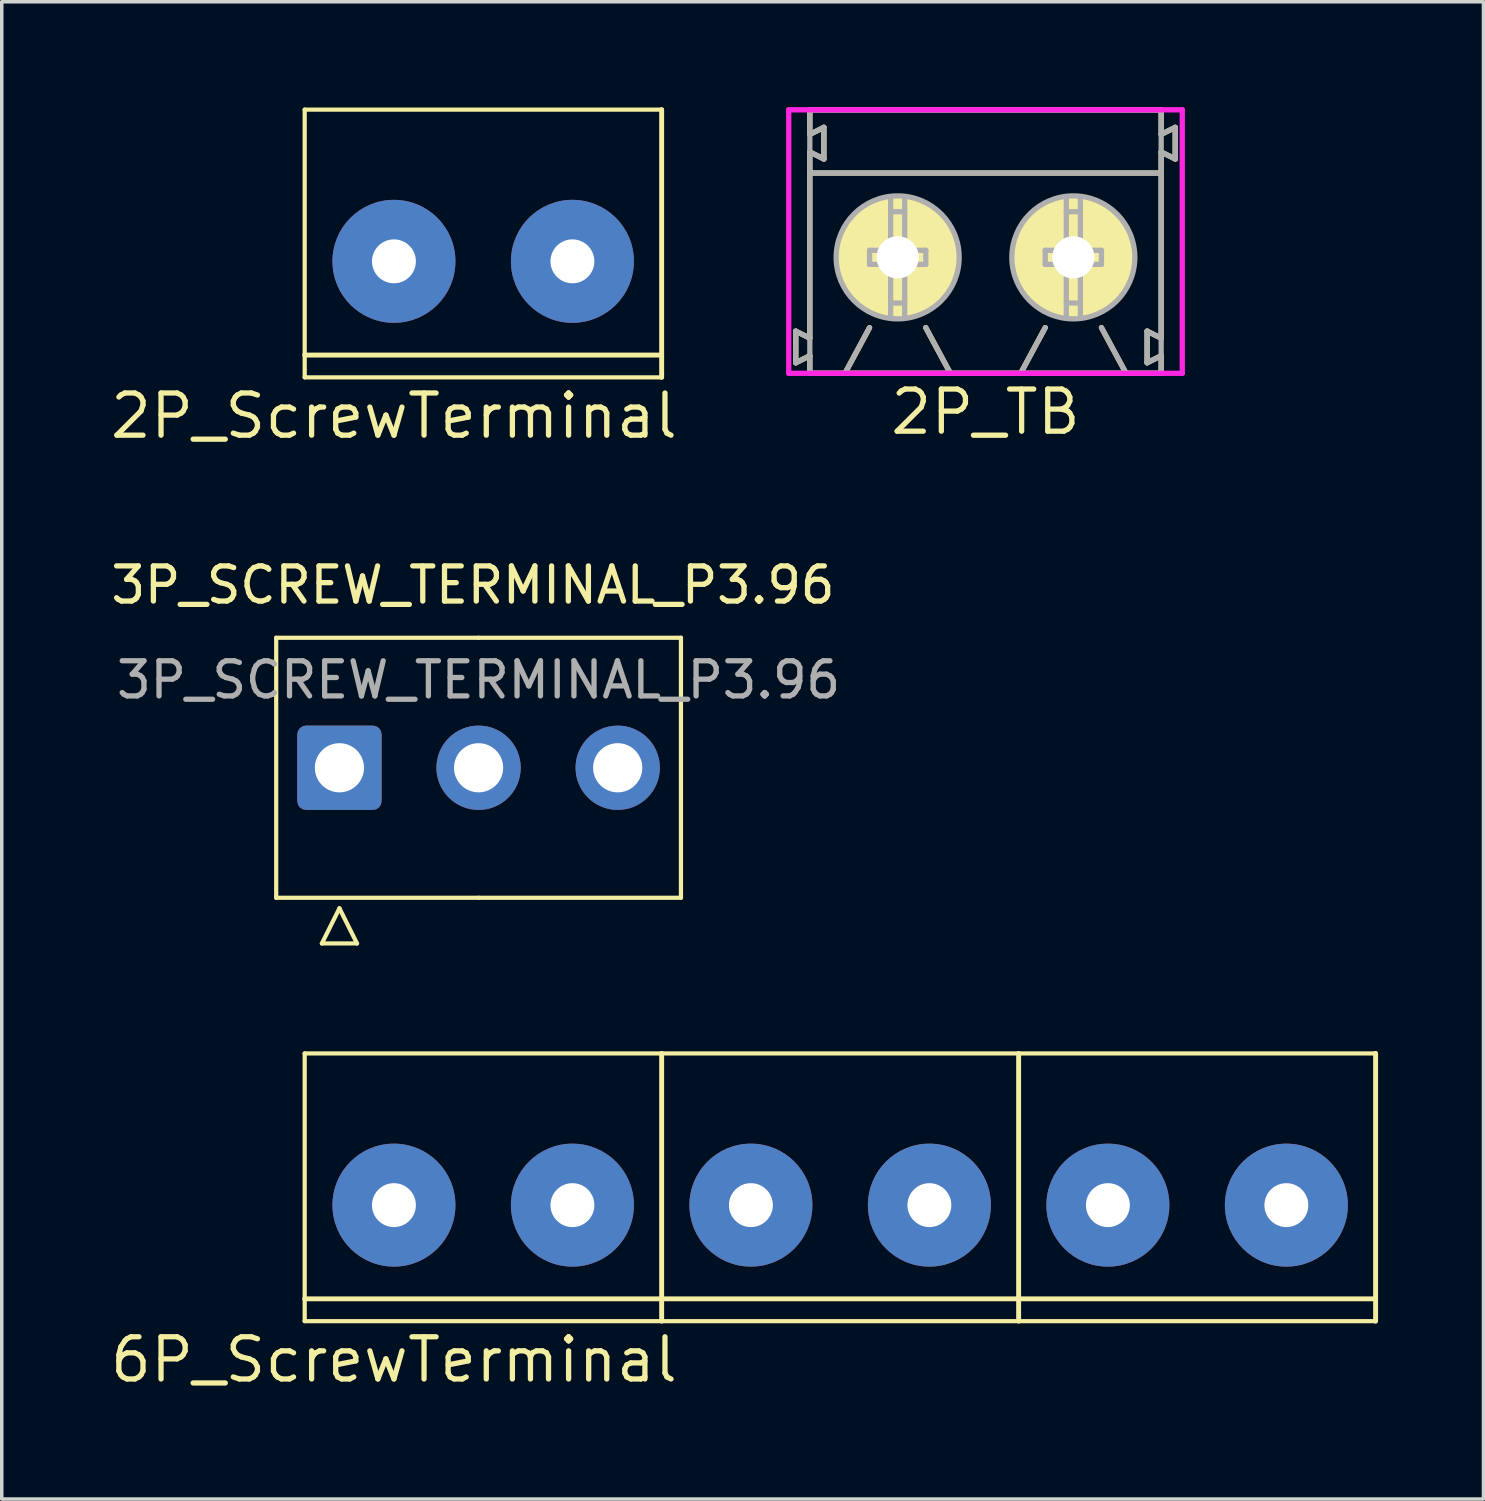
<source format=kicad_pcb>
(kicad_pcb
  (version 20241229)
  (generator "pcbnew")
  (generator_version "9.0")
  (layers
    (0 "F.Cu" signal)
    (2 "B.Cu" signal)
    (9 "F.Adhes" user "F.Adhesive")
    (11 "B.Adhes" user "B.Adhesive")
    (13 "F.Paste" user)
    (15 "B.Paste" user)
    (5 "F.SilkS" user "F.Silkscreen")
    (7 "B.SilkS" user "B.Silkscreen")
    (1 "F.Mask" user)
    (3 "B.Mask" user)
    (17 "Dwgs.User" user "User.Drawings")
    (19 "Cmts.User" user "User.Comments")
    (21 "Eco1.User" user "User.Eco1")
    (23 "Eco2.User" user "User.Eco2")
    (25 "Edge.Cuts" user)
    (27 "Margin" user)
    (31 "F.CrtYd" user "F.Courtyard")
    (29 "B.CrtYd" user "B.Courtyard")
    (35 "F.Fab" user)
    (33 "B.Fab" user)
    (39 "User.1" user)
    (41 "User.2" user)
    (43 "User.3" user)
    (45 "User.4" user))
  (footprint "2P_ScrewTerminal"
    (layer "F.Cu")
    (at 8.162 4.388)
    (property "Reference" "2P_ScrewTerminal" (at 0 4.4 0) (layer "F.SilkS") (effects (font (size 1.2 1.2) (thickness 0.15))))
    (attr through_hole)
    (fp_line (start -2.54 -4.318) (end -2.54 3.302) (stroke (width 0.12) (type solid)) (layer "F.SilkS"))
    (fp_line (start -2.54 -4.318) (end 7.62 -4.318) (stroke (width 0.12) (type solid)) (layer "F.SilkS"))
    (fp_line (start -2.54 2.667) (end 7.62 2.667) (stroke (width 0.14) (type solid)) (layer "F.SilkS"))
    (fp_line (start -2.54 3.302) (end 7.62 3.302) (stroke (width 0.12) (type solid)) (layer "F.SilkS"))
    (fp_line (start 7.62 -4.318) (end 7.62 3.302) (stroke (width 0.14) (type solid)) (layer "F.SilkS"))
    (pad "1" thru_hole circle (at 0 0) (size 3.5 3.5) (drill 1.25) (layers "*.Cu" "*.Mask"))
    (pad "2" thru_hole circle (at 5.08 0) (size 3.5 3.5) (drill 1.25) (layers "*.Cu" "*.Mask")))
  (footprint "3P_SCREW_TERMINAL_P3.96"
    (layer "F.Cu")
    (at 6.611 18.802)
    (property "Reference" "3P_SCREW_TERMINAL_P3.96" (at 3.8 -5.2 0) (layer "F.SilkS") (effects (font (size 1 1) (thickness 0.15))))
    (attr through_hole)
    (fp_line (start -1.8 -3.7) (end -1.8 3.7) (stroke (width 0.12) (type solid)) (layer "F.SilkS"))
    (fp_line (start -1.8 3.7) (end 3.96 3.7) (stroke (width 0.12) (type solid)) (layer "F.SilkS"))
    (fp_line (start -0.5 5) (end 0 4) (stroke (width 0.12) (type solid)) (layer "F.SilkS"))
    (fp_line (start 0 4) (end 0.5 5) (stroke (width 0.12) (type solid)) (layer "F.SilkS"))
    (fp_line (start 0.5 5) (end -0.5 5) (stroke (width 0.12) (type solid)) (layer "F.SilkS"))
    (fp_line (start 3.96 -3.7) (end -1.8 -3.7) (stroke (width 0.12) (type solid)) (layer "F.SilkS"))
    (fp_line (start 3.96 -3.7) (end 9.72 -3.7) (stroke (width 0.12) (type solid)) (layer "F.SilkS"))
    (fp_line (start 9.72 -3.7) (end 9.72 3.7) (stroke (width 0.12) (type solid)) (layer "F.SilkS"))
    (fp_line (start 9.72 3.7) (end 3.96 3.7) (stroke (width 0.12) (type solid)) (layer "F.SilkS"))
    (fp_text user "${REFERENCE}" (at 3.96 -2.5 0) (layer "F.Fab") (effects (font (size 1 1) (thickness 0.15))))
    (pad "1" thru_hole roundrect (at 0 0) (size 2.4 2.4) (drill 1.4) (layers "*.Cu" "*.Mask") (roundrect_rratio 0.104))
    (pad "2" thru_hole circle (at 3.96 0) (size 2.4 2.4) (drill 1.4) (layers "*.Cu" "*.Mask"))
    (pad "3" thru_hole circle (at 7.92 0) (size 2.4 2.4) (drill 1.4) (layers "*.Cu" "*.Mask")))
  (footprint "2P_TB"
    (layer "F.Cu")
    (at 24.999 4.275)
    (property "Reference" "2P_TB" (at 0 4.4 0) (layer "F.SilkS") (effects (font (size 1.2 1.2) (thickness 0.15))))
    (attr through_hole)
    (fp_line (start -5.4 2.1) (end -5.4 3) (stroke (width 0.15) (type solid)) (layer "F.SilkS"))
    (fp_line (start -5.4 3) (end -5 2.8) (stroke (width 0.15) (type solid)) (layer "F.SilkS"))
    (fp_line (start -5 -4.2) (end 5 -4.2) (stroke (width 0.15) (type solid)) (layer "F.SilkS"))
    (fp_line (start -5 -3.5) (end -5 -4.2) (stroke (width 0.15) (type solid)) (layer "F.SilkS"))
    (fp_line (start -5 -3) (end -4.6 -2.8) (stroke (width 0.15) (type solid)) (layer "F.SilkS"))
    (fp_line (start -5 -2.4) (end 5 -2.4) (stroke (width 0.15) (type solid)) (layer "F.SilkS"))
    (fp_line (start -5 2.3) (end -5.4 2.1) (stroke (width 0.15) (type solid)) (layer "F.SilkS"))
    (fp_line (start -5 2.3) (end -5 -3) (stroke (width 0.15) (type solid)) (layer "F.SilkS"))
    (fp_line (start -5 2.8) (end -5 3.3) (stroke (width 0.15) (type solid)) (layer "F.SilkS"))
    (fp_line (start -5 3.3) (end 5 3.3) (stroke (width 0.15) (type solid)) (layer "F.SilkS"))
    (fp_line (start -4.6 -3.7) (end -5 -3.5) (stroke (width 0.15) (type solid)) (layer "F.SilkS"))
    (fp_line (start -4.6 -2.8) (end -4.6 -3.7) (stroke (width 0.15) (type solid)) (layer "F.SilkS"))
    (fp_line (start -4 3.3) (end -3.3 2) (stroke (width 0.15) (type solid)) (layer "F.SilkS"))
    (fp_line (start -1.7 2) (end -1 3.3) (stroke (width 0.15) (type solid)) (layer "F.SilkS"))
    (fp_line (start 1 3.3) (end 1.7 2) (stroke (width 0.15) (type solid)) (layer "F.SilkS"))
    (fp_line (start 3.3 2) (end 4 3.3) (stroke (width 0.15) (type solid)) (layer "F.SilkS"))
    (fp_line (start 4.6 2.1) (end 4.6 3) (stroke (width 0.15) (type solid)) (layer "F.SilkS"))
    (fp_line (start 4.6 3) (end 5 2.8) (stroke (width 0.15) (type solid)) (layer "F.SilkS"))
    (fp_line (start 5 -4.2) (end 5 -3.5) (stroke (width 0.15) (type solid)) (layer "F.SilkS"))
    (fp_line (start 5 -3.5) (end 5.4 -3.7) (stroke (width 0.15) (type solid)) (layer "F.SilkS"))
    (fp_line (start 5 -3) (end 5 2.3) (stroke (width 0.15) (type solid)) (layer "F.SilkS"))
    (fp_line (start 5 2.3) (end 4.6 2.1) (stroke (width 0.15) (type solid)) (layer "F.SilkS"))
    (fp_line (start 5 2.8) (end 5 3.3) (stroke (width 0.15) (type solid)) (layer "F.SilkS"))
    (fp_line (start 5.4 -3.7) (end 5.4 -2.9) (stroke (width 0.15) (type solid)) (layer "F.SilkS"))
    (fp_line (start 5.4 -2.9) (end 5.4 -2.8) (stroke (width 0.15) (type solid)) (layer "F.SilkS"))
    (fp_line (start 5.4 -2.8) (end 5 -3) (stroke (width 0.15) (type solid)) (layer "F.SilkS"))
    (fp_line (start -5.6 -4.2) (end -5.6 3.3) (stroke (width 0.15) (type solid)) (layer "F.CrtYd"))
    (fp_line (start -5.6 3.3) (end 5.6 3.3) (stroke (width 0.15) (type solid)) (layer "F.CrtYd"))
    (fp_line (start 5.6 -4.2) (end -5.6 -4.2) (stroke (width 0.15) (type solid)) (layer "F.CrtYd"))
    (fp_line (start 5.6 3.3) (end 5.6 -4.2) (stroke (width 0.15) (type solid)) (layer "F.CrtYd"))
    (fp_line (start -5.4 2.1) (end -5.4 3) (stroke (width 0.15) (type solid)) (layer "F.Fab"))
    (fp_line (start -5.4 3) (end -5 2.8) (stroke (width 0.15) (type solid)) (layer "F.Fab"))
    (fp_line (start -5 -4.2) (end 5 -4.2) (stroke (width 0.15) (type solid)) (layer "F.Fab"))
    (fp_line (start -5 -3) (end -4.6 -2.8) (stroke (width 0.15) (type solid)) (layer "F.Fab"))
    (fp_line (start -5 2.3) (end -5.4 2.1) (stroke (width 0.15) (type solid)) (layer "F.Fab"))
    (fp_line (start -5 3.3) (end -5 -4.2) (stroke (width 0.15) (type solid)) (layer "F.Fab"))
    (fp_line (start -4.6 -3.7) (end -5 -3.5) (stroke (width 0.15) (type solid)) (layer "F.Fab"))
    (fp_line (start -4.6 -2.8) (end -4.6 -3.7) (stroke (width 0.15) (type solid)) (layer "F.Fab"))
    (fp_line (start -4 3.3) (end -3.3 2) (stroke (width 0.15) (type solid)) (layer "F.Fab"))
    (fp_line (start -3.3 -0.2) (end -3.3 0.2) (stroke (width 0.15) (type solid)) (layer "F.Fab"))
    (fp_line (start -3.3 0.2) (end -2.7 0.2) (stroke (width 0.15) (type solid)) (layer "F.Fab"))
    (fp_line (start -2.7 -1.7) (end -2.7 -0.2) (stroke (width 0.15) (type solid)) (layer "F.Fab"))
    (fp_line (start -2.7 -0.2) (end -3.3 -0.2) (stroke (width 0.15) (type solid)) (layer "F.Fab"))
    (fp_line (start -2.7 0.2) (end -2.7 1.7) (stroke (width 0.15) (type solid)) (layer "F.Fab"))
    (fp_line (start -2.3 -1.3) (end -2.7 -1.3) (stroke (width 0.15) (type solid)) (layer "F.Fab"))
    (fp_line (start -2.3 -0.2) (end -2.3 -1.7) (stroke (width 0.15) (type solid)) (layer "F.Fab"))
    (fp_line (start -2.3 0.2) (end -1.7 0.2) (stroke (width 0.15) (type solid)) (layer "F.Fab"))
    (fp_line (start -2.3 1.3) (end -2.7 1.3) (stroke (width 0.15) (type solid)) (layer "F.Fab"))
    (fp_line (start -2.3 1.7) (end -2.3 0.2) (stroke (width 0.15) (type solid)) (layer "F.Fab"))
    (fp_line (start -1.7 -0.2) (end -2.3 -0.2) (stroke (width 0.15) (type solid)) (layer "F.Fab"))
    (fp_line (start -1.7 -0.2) (end -1.7 0.2) (stroke (width 0.15) (type solid)) (layer "F.Fab"))
    (fp_line (start -1.7 2) (end -1 3.3) (stroke (width 0.15) (type solid)) (layer "F.Fab"))
    (fp_line (start 1 3.3) (end 1.7 2) (stroke (width 0.15) (type solid)) (layer "F.Fab"))
    (fp_line (start 1.7 -0.2) (end 1.7 0.2) (stroke (width 0.15) (type solid)) (layer "F.Fab"))
    (fp_line (start 1.7 0.2) (end 2.3 0.2) (stroke (width 0.15) (type solid)) (layer "F.Fab"))
    (fp_line (start 2.3 -1.7) (end 2.3 -0.2) (stroke (width 0.15) (type solid)) (layer "F.Fab"))
    (fp_line (start 2.3 -0.2) (end 1.7 -0.2) (stroke (width 0.15) (type solid)) (layer "F.Fab"))
    (fp_line (start 2.3 0.2) (end 2.3 1.7) (stroke (width 0.15) (type solid)) (layer "F.Fab"))
    (fp_line (start 2.7 -1.3) (end 2.3 -1.3) (stroke (width 0.15) (type solid)) (layer "F.Fab"))
    (fp_line (start 2.7 -0.2) (end 2.7 -1.7) (stroke (width 0.15) (type solid)) (layer "F.Fab"))
    (fp_line (start 2.7 0.2) (end 3.3 0.2) (stroke (width 0.15) (type solid)) (layer "F.Fab"))
    (fp_line (start 2.7 1.3) (end 2.3 1.3) (stroke (width 0.15) (type solid)) (layer "F.Fab"))
    (fp_line (start 2.7 1.7) (end 2.7 0.2) (stroke (width 0.15) (type solid)) (layer "F.Fab"))
    (fp_line (start 3.3 -0.2) (end 2.7 -0.2) (stroke (width 0.15) (type solid)) (layer "F.Fab"))
    (fp_line (start 3.3 -0.2) (end 3.3 0.2) (stroke (width 0.15) (type solid)) (layer "F.Fab"))
    (fp_line (start 3.3 2) (end 4 3.3) (stroke (width 0.15) (type solid)) (layer "F.Fab"))
    (fp_line (start 4.6 2.1) (end 4.6 3) (stroke (width 0.15) (type solid)) (layer "F.Fab"))
    (fp_line (start 4.6 3) (end 5 2.8) (stroke (width 0.15) (type solid)) (layer "F.Fab"))
    (fp_line (start 5 -4.2) (end 5 3.3) (stroke (width 0.15) (type solid)) (layer "F.Fab"))
    (fp_line (start 5 -3) (end 5.4 -2.8) (stroke (width 0.15) (type solid)) (layer "F.Fab"))
    (fp_line (start 5 -2.4) (end -5 -2.4) (stroke (width 0.15) (type solid)) (layer "F.Fab"))
    (fp_line (start 5 2.3) (end 4.6 2.1) (stroke (width 0.15) (type solid)) (layer "F.Fab"))
    (fp_line (start 5 3.3) (end -5 3.3) (stroke (width 0.15) (type solid)) (layer "F.Fab"))
    (fp_line (start 5.4 -3.7) (end 5 -3.5) (stroke (width 0.15) (type solid)) (layer "F.Fab"))
    (fp_line (start 5.4 -2.8) (end 5.4 -3.7) (stroke (width 0.15) (type solid)) (layer "F.Fab"))
    (fp_circle (center -2.5 0) (end -2.5 1.75) (stroke (width 0.15) (type solid)) (fill no) (layer "F.Fab"))
    (fp_circle (center 2.5 0) (end 2.5 1.75) (stroke (width 0.15) (type solid)) (fill no) (layer "F.Fab"))
    (pad "1" thru_hole circle (at -2.5 0) (size 3.5 3.5) (drill 1.2) (layers "*.Cu" "*.Mask" "F.SilkS"))
    (pad "2" thru_hole circle (at 2.5 0) (size 3.5 3.5) (drill 1.2) (layers "*.Cu" "*.Mask" "F.SilkS")))
  (footprint "6P_ScrewTerminal"
    (layer "F.Cu")
    (at 8.162 31.25)
    (property "Reference" "6P_ScrewTerminal" (at 0 4.4 0) (layer "F.SilkS") (effects (font (size 1.2 1.2) (thickness 0.15))))
    (attr through_hole)
    (fp_line (start -2.54 -4.318) (end -2.54 3.302) (stroke (width 0.12) (type solid)) (layer "F.SilkS"))
    (fp_line (start -2.54 -4.318) (end 27.94 -4.318) (stroke (width 0.12) (type solid)) (layer "F.SilkS"))
    (fp_line (start -2.54 2.667) (end 27.94 2.667) (stroke (width 0.14) (type solid)) (layer "F.SilkS"))
    (fp_line (start -2.54 3.302) (end 27.94 3.302) (stroke (width 0.12) (type solid)) (layer "F.SilkS"))
    (fp_line (start 7.62 -4.318) (end 7.62 3.302) (stroke (width 0.14) (type solid)) (layer "F.SilkS"))
    (fp_line (start 17.78 -4.318) (end 17.78 3.302) (stroke (width 0.14) (type solid)) (layer "F.SilkS"))
    (fp_line (start 27.94 -4.318) (end 27.94 3.302) (stroke (width 0.14) (type solid)) (layer "F.SilkS"))
    (pad "1" thru_hole circle (at 0 0) (size 3.5 3.5) (drill 1.25) (layers "*.Cu" "*.Mask"))
    (pad "2" thru_hole circle (at 5.08 0) (size 3.5 3.5) (drill 1.25) (layers "*.Cu" "*.Mask"))
    (pad "3" thru_hole circle (at 10.16 0) (size 3.5 3.5) (drill 1.25) (layers "*.Cu" "*.Mask"))
    (pad "4" thru_hole circle (at 15.24 0) (size 3.5 3.5) (drill 1.25) (layers "*.Cu" "*.Mask"))
    (pad "5" thru_hole circle (at 20.32 0) (size 3.5 3.5) (drill 1.25) (layers "*.Cu" "*.Mask"))
    (pad "6" thru_hole circle (at 25.4 0) (size 3.5 3.5) (drill 1.25) (layers "*.Cu" "*.Mask")))
  (gr_rect
    (start -3 -3)
    (end 39.172 39.615)
    (stroke (width 0.1) (type default))
    (fill no)
    (layer "Edge.Cuts")))
</source>
